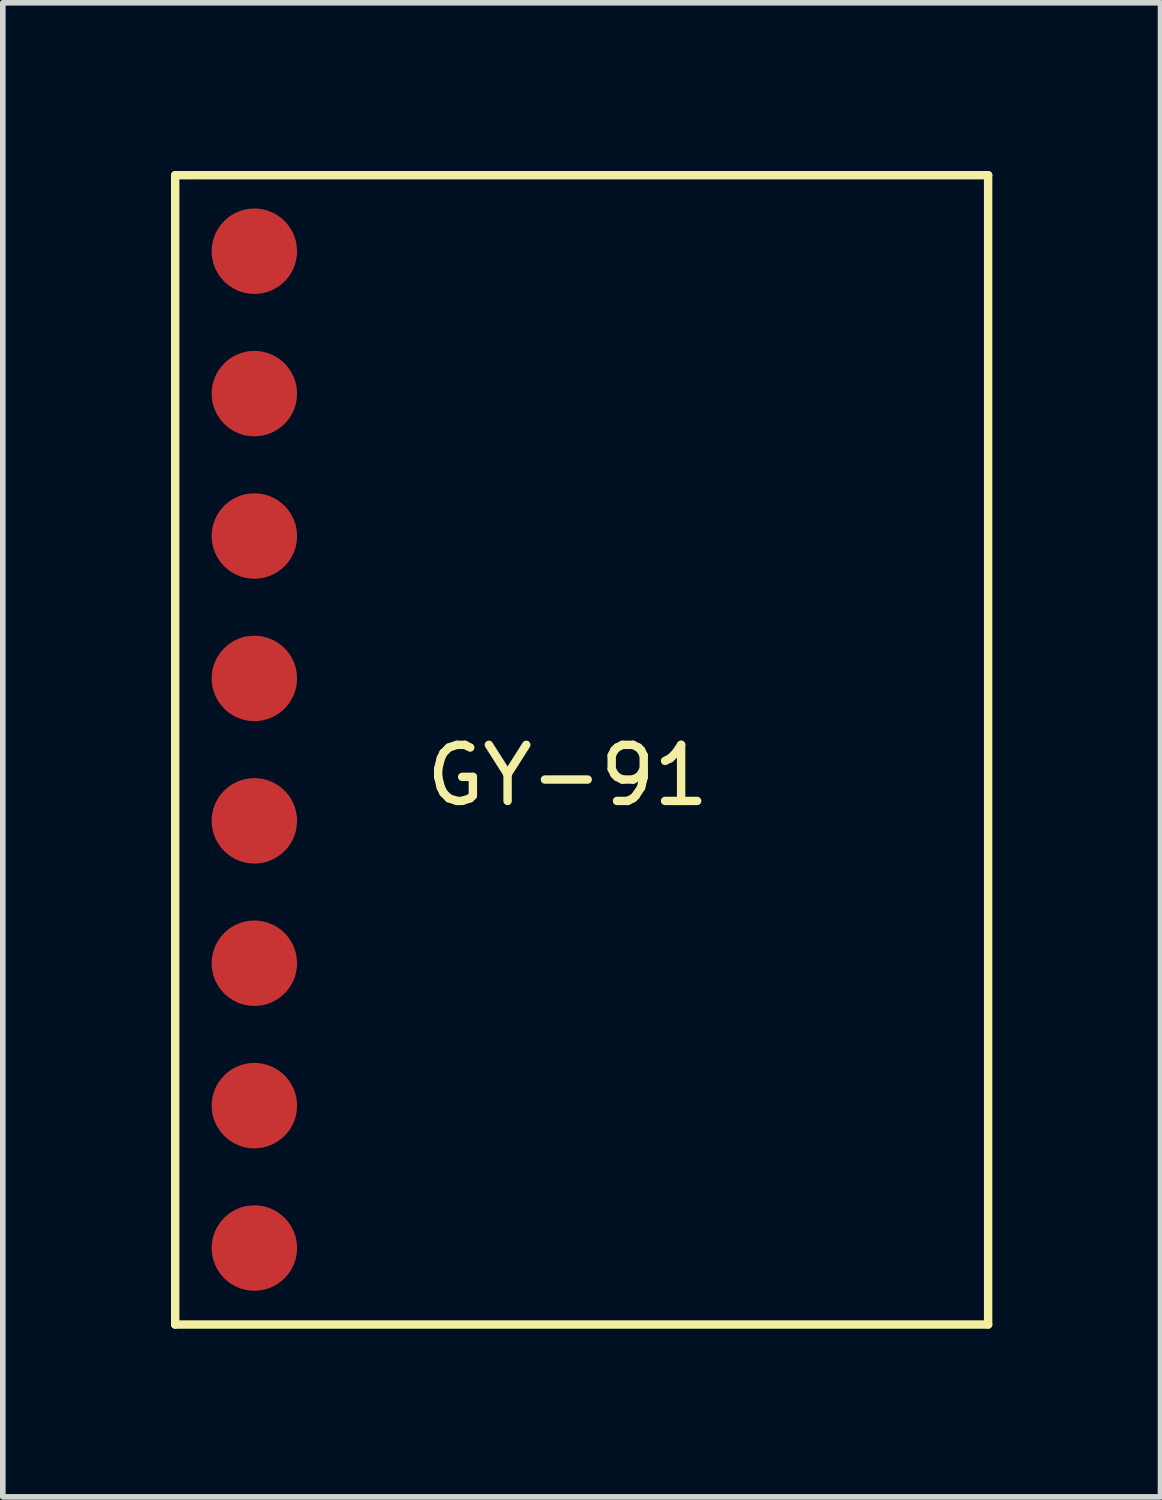
<source format=kicad_pcb>
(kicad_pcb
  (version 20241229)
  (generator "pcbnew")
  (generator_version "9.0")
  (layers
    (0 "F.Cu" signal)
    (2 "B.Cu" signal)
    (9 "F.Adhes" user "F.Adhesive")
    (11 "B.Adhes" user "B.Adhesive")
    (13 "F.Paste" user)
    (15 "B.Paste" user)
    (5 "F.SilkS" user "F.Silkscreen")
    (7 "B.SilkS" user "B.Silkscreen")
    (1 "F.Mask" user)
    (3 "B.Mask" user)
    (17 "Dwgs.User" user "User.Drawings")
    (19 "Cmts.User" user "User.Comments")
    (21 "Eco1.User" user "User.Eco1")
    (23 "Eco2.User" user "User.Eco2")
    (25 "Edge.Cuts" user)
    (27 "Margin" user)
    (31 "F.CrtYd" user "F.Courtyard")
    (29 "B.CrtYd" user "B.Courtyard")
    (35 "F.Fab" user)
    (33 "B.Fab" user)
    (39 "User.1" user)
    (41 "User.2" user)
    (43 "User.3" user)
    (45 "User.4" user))
  (footprint "GY-91"
    (layer "F.Cu")
    (at 7.075 10.321)
    (property "Reference" "GY-91" (at 0 0.46 0) (layer "F.SilkS") (effects (font (size 1 1) (thickness 0.15))))
    (attr through_hole)
    (fp_line (start -7 -10.246) (end 7.5 -10.246) (stroke (width 0.15) (type solid)) (layer "F.SilkS"))
    (fp_line (start -7 10.254) (end -7 -10.246) (stroke (width 0.15) (type solid)) (layer "F.SilkS"))
    (fp_line (start 7.5 -10.246) (end 7.5 10.254) (stroke (width 0.15) (type solid)) (layer "F.SilkS"))
    (fp_line (start 7.5 10.254) (end -7 10.254) (stroke (width 0.15) (type solid)) (layer "F.SilkS"))
    (pad "1" smd circle (at -5.588 -8.89) (size 1.524 1.524) (layers "F.Cu" "F.Mask" "F.Paste"))
    (pad "2" smd circle (at -5.588 -6.35) (size 1.524 1.524) (layers "F.Cu" "F.Mask" "F.Paste"))
    (pad "3" smd circle (at -5.588 -3.81) (size 1.524 1.524) (layers "F.Cu" "F.Mask" "F.Paste"))
    (pad "4" smd circle (at -5.588 -1.27) (size 1.524 1.524) (layers "F.Cu" "F.Mask" "F.Paste"))
    (pad "5" smd circle (at -5.588 1.27) (size 1.524 1.524) (layers "F.Cu" "F.Mask" "F.Paste"))
    (pad "6" smd circle (at -5.588 3.81) (size 1.524 1.524) (layers "F.Cu" "F.Mask" "F.Paste"))
    (pad "7" smd circle (at -5.588 6.35) (size 1.524 1.524) (layers "F.Cu" "F.Mask" "F.Paste"))
    (pad "8" smd circle (at -5.588 8.89) (size 1.524 1.524) (layers "F.Cu" "F.Mask" "F.Paste")))
  (gr_rect
    (start -3 -3)
    (end 17.65 23.65)
    (stroke (width 0.1) (type default))
    (fill no)
    (layer "Edge.Cuts")))
</source>
